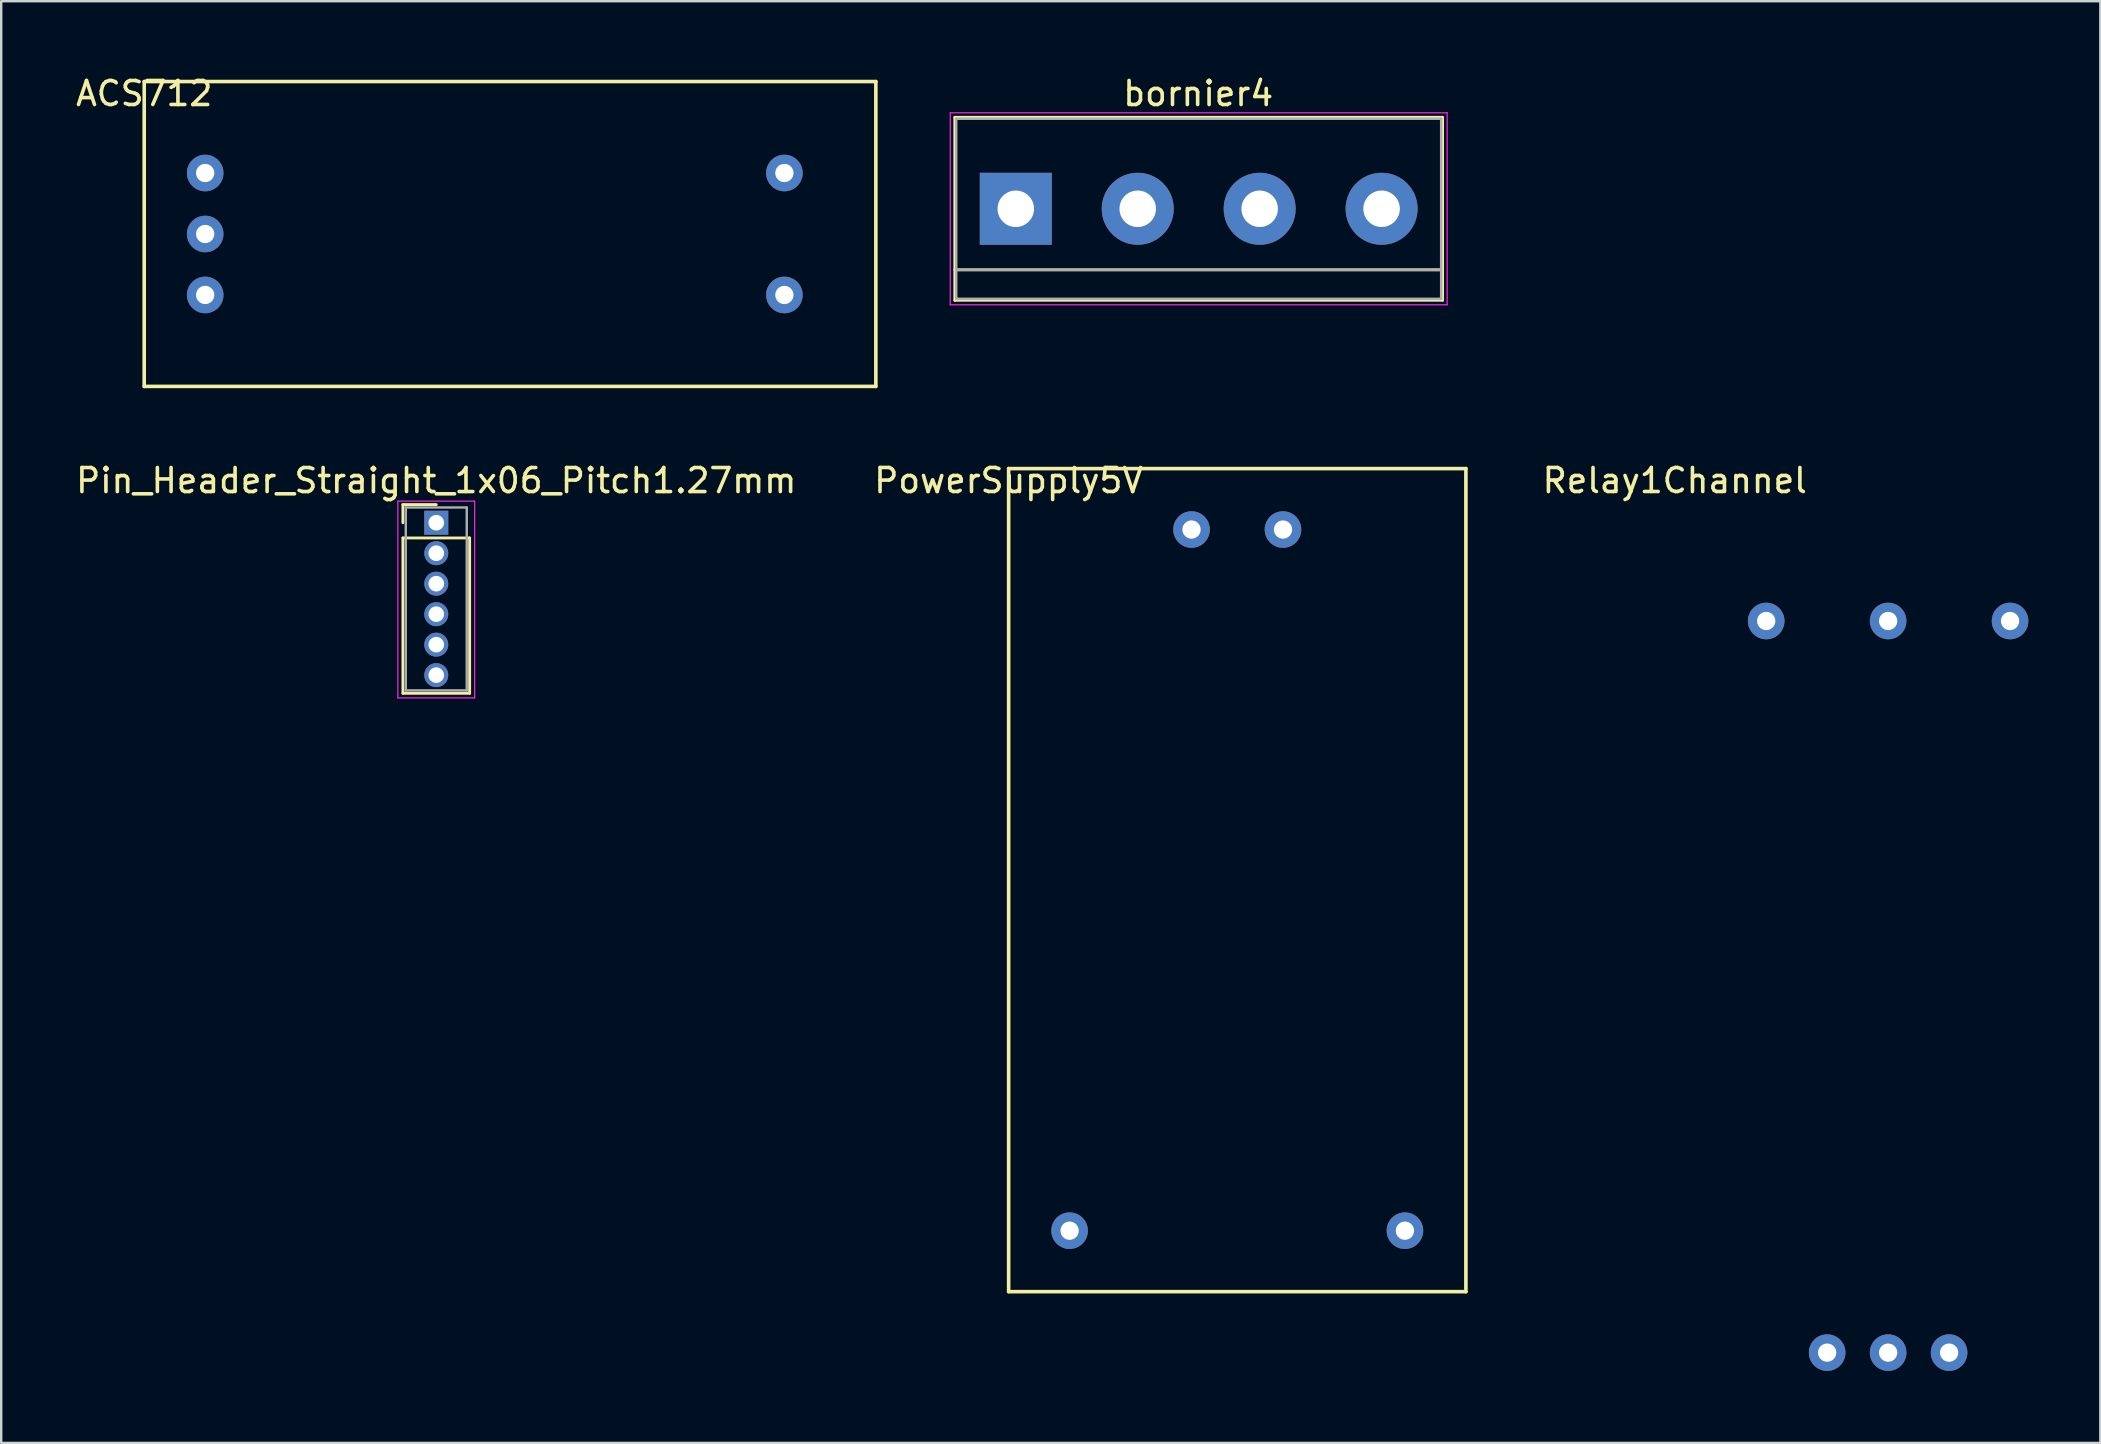
<source format=kicad_pcb>
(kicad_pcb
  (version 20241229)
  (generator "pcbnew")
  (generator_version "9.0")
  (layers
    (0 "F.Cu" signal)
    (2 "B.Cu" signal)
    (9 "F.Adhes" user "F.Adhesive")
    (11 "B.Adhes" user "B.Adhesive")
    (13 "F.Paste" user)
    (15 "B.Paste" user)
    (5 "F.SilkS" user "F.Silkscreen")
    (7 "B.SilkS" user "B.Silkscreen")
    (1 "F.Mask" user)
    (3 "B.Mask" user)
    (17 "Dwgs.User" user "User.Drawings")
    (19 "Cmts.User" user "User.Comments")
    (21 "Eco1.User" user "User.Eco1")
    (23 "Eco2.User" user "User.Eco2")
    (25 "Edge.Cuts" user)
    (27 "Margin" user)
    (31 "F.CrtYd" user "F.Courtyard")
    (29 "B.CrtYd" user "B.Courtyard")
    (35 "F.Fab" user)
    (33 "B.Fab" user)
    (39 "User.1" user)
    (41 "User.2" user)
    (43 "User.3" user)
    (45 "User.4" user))
  (footprint "Pin_Header_Straight_1x06_Pitch1.27mm"
    (layer "F.Cu")
    (at 15.125 18.727)
    (property "Reference" "Pin_Header_Straight_1x06_Pitch1.27mm" (at 0 -1.755 0) (layer "F.SilkS") (effects (font (size 1 1) (thickness 0.15))))
    (attr through_hole)
    (fp_line (start -1.39 -0.755) (end 0 -0.755) (stroke (width 0.12) (type solid)) (layer "F.SilkS"))
    (fp_line (start -1.39 0) (end -1.39 -0.755) (stroke (width 0.12) (type solid)) (layer "F.SilkS"))
    (fp_line (start -1.39 0.635) (end -1.39 7.105) (stroke (width 0.12) (type solid)) (layer "F.SilkS"))
    (fp_line (start -1.39 7.105) (end 1.39 7.105) (stroke (width 0.12) (type solid)) (layer "F.SilkS"))
    (fp_line (start 1.39 0.635) (end -1.39 0.635) (stroke (width 0.12) (type solid)) (layer "F.SilkS"))
    (fp_line (start 1.39 7.105) (end 1.39 0.635) (stroke (width 0.12) (type solid)) (layer "F.SilkS"))
    (fp_line (start -1.6 -0.9) (end -1.6 7.3) (stroke (width 0.05) (type solid)) (layer "F.CrtYd"))
    (fp_line (start -1.6 7.3) (end 1.6 7.3) (stroke (width 0.05) (type solid)) (layer "F.CrtYd"))
    (fp_line (start 1.6 -0.9) (end -1.6 -0.9) (stroke (width 0.05) (type solid)) (layer "F.CrtYd"))
    (fp_line (start 1.6 7.3) (end 1.6 -0.9) (stroke (width 0.05) (type solid)) (layer "F.CrtYd"))
    (fp_line (start -1.27 -0.635) (end -1.27 6.985) (stroke (width 0.1) (type solid)) (layer "F.Fab"))
    (fp_line (start -1.27 6.985) (end 1.27 6.985) (stroke (width 0.1) (type solid)) (layer "F.Fab"))
    (fp_line (start 1.27 -0.635) (end -1.27 -0.635) (stroke (width 0.1) (type solid)) (layer "F.Fab"))
    (fp_line (start 1.27 6.985) (end 1.27 -0.635) (stroke (width 0.1) (type solid)) (layer "F.Fab"))
    (pad "1" thru_hole rect (at 0 0) (size 1 1) (drill 0.65) (layers "*.Cu" "*.Mask"))
    (pad "2" thru_hole oval (at 0 1.27) (size 1 1) (drill 0.65) (layers "*.Cu" "*.Mask"))
    (pad "3" thru_hole oval (at 0 2.54) (size 1 1) (drill 0.65) (layers "*.Cu" "*.Mask"))
    (pad "4" thru_hole oval (at 0 3.81) (size 1 1) (drill 0.65) (layers "*.Cu" "*.Mask"))
    (pad "5" thru_hole oval (at 0 5.08) (size 1 1) (drill 0.65) (layers "*.Cu" "*.Mask"))
    (pad "6" thru_hole oval (at 0 6.35) (size 1 1) (drill 0.65) (layers "*.Cu" "*.Mask")))
  (footprint "ACS712"
    (layer "F.Cu")
    (at 2.958 0.348)
    (property "Reference" "ACS712" (at 0 0.5 0) (layer "F.SilkS") (effects (font (size 1 1) (thickness 0.15))))
    (attr through_hole)
    (fp_line (start 0 0) (end 0 12.7) (stroke (width 0.15) (type solid)) (layer "F.SilkS"))
    (fp_line (start 0 12.7) (end 30.48 12.7) (stroke (width 0.15) (type solid)) (layer "F.SilkS"))
    (fp_line (start 30.48 0) (end 0 0) (stroke (width 0.15) (type solid)) (layer "F.SilkS"))
    (fp_line (start 30.48 12.7) (end 30.48 0) (stroke (width 0.15) (type solid)) (layer "F.SilkS"))
    (pad "1" thru_hole circle (at 2.54 3.81) (size 1.524 1.524) (drill 0.762) (layers "*.Cu" "*.Mask"))
    (pad "2" thru_hole circle (at 2.54 6.35) (size 1.524 1.524) (drill 0.762) (layers "*.Cu" "*.Mask"))
    (pad "3" thru_hole circle (at 2.54 8.89) (size 1.524 1.524) (drill 0.762) (layers "*.Cu" "*.Mask"))
    (pad "4" thru_hole circle (at 26.67 3.81) (size 1.524 1.524) (drill 0.762) (layers "*.Cu" "*.Mask"))
    (pad "5" thru_hole circle (at 26.67 8.89) (size 1.524 1.524) (drill 0.762) (layers "*.Cu" "*.Mask")))
  (footprint "PowerSupply5V"
    (layer "F.Cu")
    (at 38.97 16.471)
    (property "Reference" "PowerSupply5V" (at 0 0.5 0) (layer "F.SilkS") (effects (font (size 1 1) (thickness 0.15))))
    (attr through_hole)
    (fp_line (start 0 0) (end 0 34.29) (stroke (width 0.15) (type solid)) (layer "F.SilkS"))
    (fp_line (start 0 34.29) (end 19.05 34.29) (stroke (width 0.15) (type solid)) (layer "F.SilkS"))
    (fp_line (start 19.05 0) (end 0 0) (stroke (width 0.15) (type solid)) (layer "F.SilkS"))
    (fp_line (start 19.05 34.29) (end 19.05 0) (stroke (width 0.15) (type solid)) (layer "F.SilkS"))
    (pad "1" thru_hole circle (at 7.62 2.54) (size 1.524 1.524) (drill 0.762) (layers "*.Cu" "*.Mask"))
    (pad "2" thru_hole circle (at 11.43 2.54) (size 1.524 1.524) (drill 0.762) (layers "*.Cu" "*.Mask"))
    (pad "3" thru_hole circle (at 2.54 31.75) (size 1.524 1.524) (drill 0.762) (layers "*.Cu" "*.Mask"))
    (pad "4" thru_hole circle (at 16.51 31.75) (size 1.524 1.524) (drill 0.762) (layers "*.Cu" "*.Mask")))
  (footprint "Relay1Channel"
    (layer "F.Cu")
    (at 66.72 16.471)
    (property "Reference" "Relay1Channel" (at 0 0.5 0) (layer "F.SilkS") (effects (font (size 1 1) (thickness 0.15))))
    (attr through_hole)
    (pad "1" thru_hole circle (at 3.81 6.35) (size 1.524 1.524) (drill 0.762) (layers "*.Cu" "*.Mask"))
    (pad "2" thru_hole circle (at 8.89 6.35) (size 1.524 1.524) (drill 0.762) (layers "*.Cu" "*.Mask"))
    (pad "3" thru_hole circle (at 13.97 6.35) (size 1.524 1.524) (drill 0.762) (layers "*.Cu" "*.Mask"))
    (pad "4" thru_hole circle (at 6.35 36.83) (size 1.524 1.524) (drill 0.762) (layers "*.Cu" "*.Mask"))
    (pad "5" thru_hole circle (at 8.89 36.83) (size 1.524 1.524) (drill 0.762) (layers "*.Cu" "*.Mask"))
    (pad "6" thru_hole circle (at 11.43 36.83) (size 1.524 1.524) (drill 0.762) (layers "*.Cu" "*.Mask")))
  (footprint "bornier4"
    (layer "F.Cu")
    (at 39.268 5.648)
    (property "Reference" "bornier4" (at 7.6 -4.8 0) (layer "F.SilkS") (effects (font (size 1 1) (thickness 0.15))))
    (attr through_hole)
    (fp_line (start -2.54 -3.81) (end -2.54 3.81) (stroke (width 0.12) (type solid)) (layer "F.SilkS"))
    (fp_line (start -2.54 -3.81) (end 17.78 -3.81) (stroke (width 0.12) (type solid)) (layer "F.SilkS"))
    (fp_line (start -2.54 3.81) (end 17.78 3.81) (stroke (width 0.12) (type solid)) (layer "F.SilkS"))
    (fp_line (start 17.78 2.54) (end -2.54 2.54) (stroke (width 0.12) (type solid)) (layer "F.SilkS"))
    (fp_line (start 17.78 3.81) (end 17.78 -3.81) (stroke (width 0.12) (type solid)) (layer "F.SilkS"))
    (fp_line (start -2.73 -4) (end -2.73 4) (stroke (width 0.05) (type solid)) (layer "F.CrtYd"))
    (fp_line (start -2.73 -4) (end 17.97 -4) (stroke (width 0.05) (type solid)) (layer "F.CrtYd"))
    (fp_line (start 17.97 4) (end -2.73 4) (stroke (width 0.05) (type solid)) (layer "F.CrtYd"))
    (fp_line (start 17.97 4) (end 17.97 -4) (stroke (width 0.05) (type solid)) (layer "F.CrtYd"))
    (fp_line (start -2.48 -3.75) (end 17.72 -3.75) (stroke (width 0.1) (type solid)) (layer "F.Fab"))
    (fp_line (start -2.48 2.55) (end 17.72 2.55) (stroke (width 0.1) (type solid)) (layer "F.Fab"))
    (fp_line (start -2.48 3.75) (end -2.48 -3.75) (stroke (width 0.1) (type solid)) (layer "F.Fab"))
    (fp_line (start -2.43 3.75) (end -2.48 3.75) (stroke (width 0.1) (type solid)) (layer "F.Fab"))
    (fp_line (start 17.72 -3.75) (end 17.72 3.75) (stroke (width 0.1) (type solid)) (layer "F.Fab"))
    (fp_line (start 17.72 3.75) (end -2.43 3.75) (stroke (width 0.1) (type solid)) (layer "F.Fab"))
    (pad "1" thru_hole rect (at 0 0) (size 3 3) (drill 1.52) (layers "*.Cu" "*.Mask"))
    (pad "2" thru_hole circle (at 5.08 0) (size 3 3) (drill 1.52) (layers "*.Cu" "*.Mask"))
    (pad "3" thru_hole circle (at 10.16 0) (size 3 3) (drill 1.52) (layers "*.Cu" "*.Mask"))
    (pad "4" thru_hole circle (at 15.24 0) (size 3 3) (drill 1.52) (layers "*.Cu" "*.Mask")))
  (gr_rect
    (start -3 -3)
    (end 84.452 57.063)
    (stroke (width 0.1) (type default))
    (fill no)
    (layer "Edge.Cuts")))
</source>
